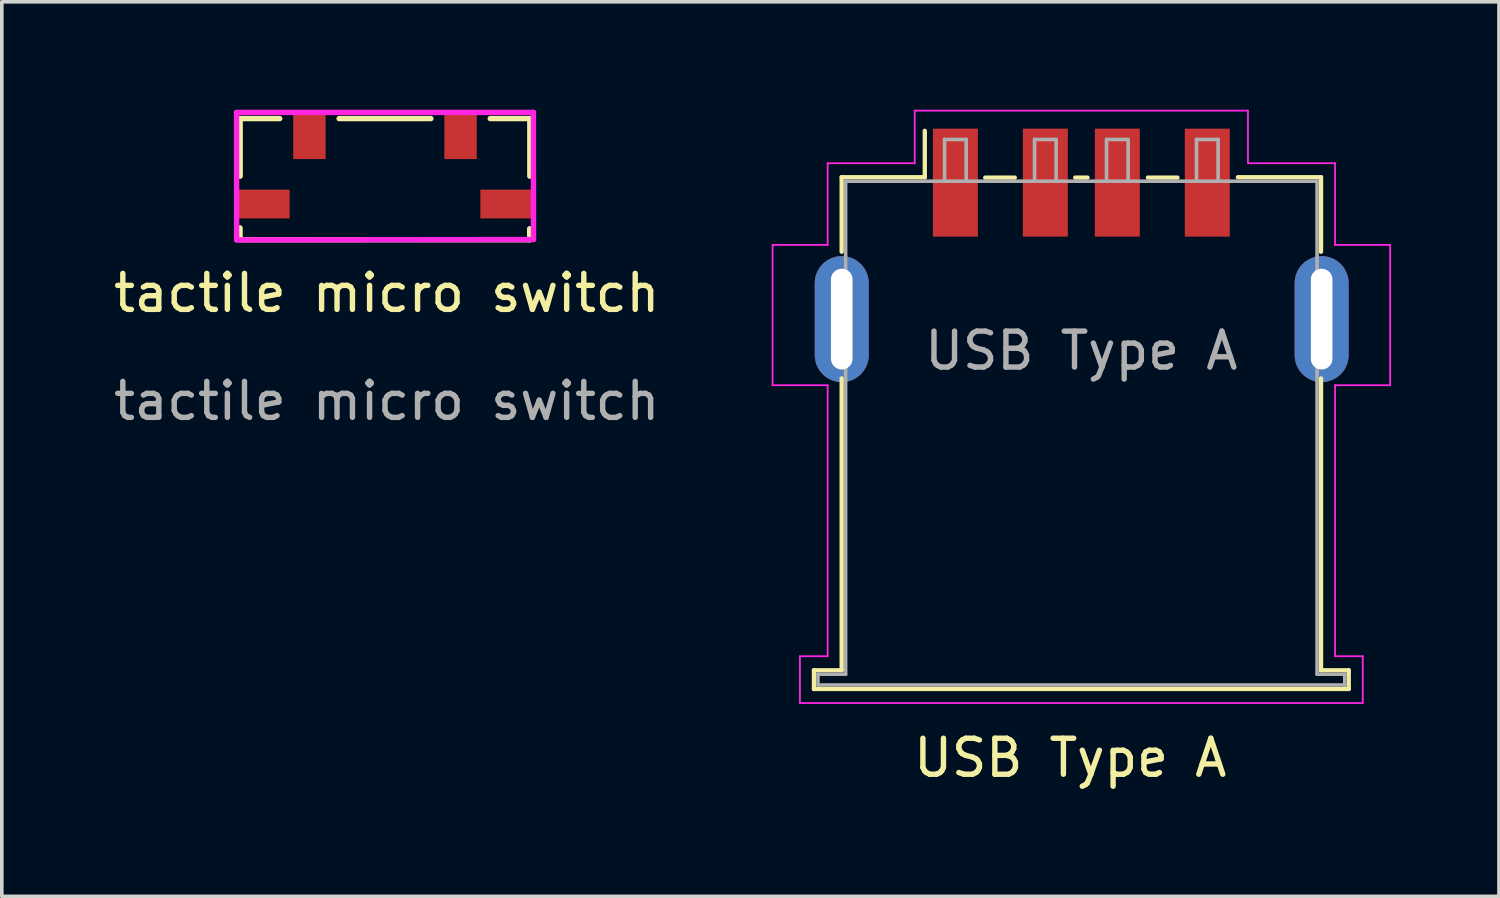
<source format=kicad_pcb>
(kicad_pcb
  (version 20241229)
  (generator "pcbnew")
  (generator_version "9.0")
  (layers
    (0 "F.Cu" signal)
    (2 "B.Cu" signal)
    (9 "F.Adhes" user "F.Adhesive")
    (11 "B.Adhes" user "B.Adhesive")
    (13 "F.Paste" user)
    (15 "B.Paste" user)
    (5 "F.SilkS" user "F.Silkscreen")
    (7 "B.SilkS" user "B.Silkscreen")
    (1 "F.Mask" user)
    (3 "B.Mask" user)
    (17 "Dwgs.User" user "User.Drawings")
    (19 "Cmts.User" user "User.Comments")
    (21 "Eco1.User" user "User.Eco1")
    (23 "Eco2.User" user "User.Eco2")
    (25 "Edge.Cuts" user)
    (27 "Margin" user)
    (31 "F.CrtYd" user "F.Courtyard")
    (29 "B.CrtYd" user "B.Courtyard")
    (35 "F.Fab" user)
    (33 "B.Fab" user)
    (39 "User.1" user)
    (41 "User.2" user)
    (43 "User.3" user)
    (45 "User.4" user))
  (footprint "tactile micro switch"
    (layer "F.Cu")
    (at 7.696 5.592)
    (property "Reference" "tactile micro switch" (at 0 -0.5 0) (unlocked yes) (layer "F.SilkS") (effects (font (size 1 1) (thickness 0.15))))
    (attr smd)
    (fp_line (start -4.076 -1.981) (end -4.077 -2.31) (stroke (width 0.15) (type solid)) (layer "F.SilkS"))
    (fp_line (start -4.076 -1.981) (end 3.974 -1.981) (stroke (width 0.15) (type solid)) (layer "F.SilkS"))
    (fp_line (start -4.073 -5.347) (end -2.973 -5.347) (stroke (width 0.15) (type solid)) (layer "F.SilkS"))
    (fp_line (start -4.073 -3.747) (end -4.073 -5.347) (stroke (width 0.15) (type solid)) (layer "F.SilkS"))
    (fp_line (start -1.323 -5.347) (end 1.227 -5.347) (stroke (width 0.15) (type solid)) (layer "F.SilkS"))
    (fp_line (start 2.877 -5.347) (end 3.977 -5.347) (stroke (width 0.15) (type solid)) (layer "F.SilkS"))
    (fp_line (start 3.974 -1.981) (end 3.973 -2.286) (stroke (width 0.15) (type solid)) (layer "F.SilkS"))
    (fp_line (start 3.977 -3.747) (end 3.977 -5.347) (stroke (width 0.15) (type solid)) (layer "F.SilkS"))
    (fp_line (start -4.173 -5.517) (end -4.171 -1.976) (stroke (width 0.15) (type solid)) (layer "F.CrtYd"))
    (fp_line (start -4.171 -1.976) (end 4.079 -1.986) (stroke (width 0.15) (type solid)) (layer "F.CrtYd"))
    (fp_line (start 4.077 -5.517) (end -4.173 -5.517) (stroke (width 0.15) (type solid)) (layer "F.CrtYd"))
    (fp_line (start 4.077 -5.517) (end 4.077 -5.517) (stroke (width 0.15) (type solid)) (layer "F.CrtYd"))
    (fp_line (start 4.079 -1.986) (end 4.077 -5.517) (stroke (width 0.15) (type solid)) (layer "F.CrtYd"))
    (fp_text user "${REFERENCE}" (at 0 2.5 0) (unlocked yes) (layer "F.Fab") (effects (font (size 1 1) (thickness 0.15))))
    (pad "1" smd rect (at -2.148 -4.857) (size 0.9 1.27) (layers "F.Cu" "F.Mask" "F.Paste"))
    (pad "2" smd rect (at 2.052 -4.857) (size 0.9 1.27) (layers "F.Cu" "F.Mask" "F.Paste"))
    (pad "3" smd rect (at -3.423 -2.972) (size 1.45 0.8) (layers "F.Cu" "F.Mask" "F.Paste"))
    (pad "4" smd rect (at 3.327 -2.972) (size 1.45 0.8) (layers "F.Cu" "F.Mask" "F.Paste")))
  (footprint "USB Type A"
    (layer "F.Cu")
    (at 26.69 9.373)
    (property "Reference" "USB Type A" (at 0 8.636 0) (unlocked yes) (layer "F.SilkS") (effects (font (size 1 1) (thickness 0.15))))
    (attr through_hole)
    (fp_line (start -7.122 6.202) (end -7.122 6.722) (stroke (width 0.12) (type solid)) (layer "F.SilkS"))
    (fp_line (start -7.122 6.722) (end 7.738 6.722) (stroke (width 0.12) (type solid)) (layer "F.SilkS"))
    (fp_line (start -6.352 -7.498) (end -6.352 -5.428) (stroke (width 0.12) (type solid)) (layer "F.SilkS"))
    (fp_line (start -6.352 -7.498) (end -4.042 -7.498) (stroke (width 0.12) (type solid)) (layer "F.SilkS"))
    (fp_line (start -6.352 6.202) (end -7.122 6.202) (stroke (width 0.12) (type solid)) (layer "F.SilkS"))
    (fp_line (start -6.352 6.202) (end -6.352 -1.908) (stroke (width 0.12) (type solid)) (layer "F.SilkS"))
    (fp_line (start -4.042 -8.788) (end -4.042 -7.498) (stroke (width 0.12) (type solid)) (layer "F.SilkS"))
    (fp_line (start -2.362 -7.488) (end -1.542 -7.488) (stroke (width 0.12) (type solid)) (layer "F.SilkS"))
    (fp_line (start 0.138 -7.488) (end 0.478 -7.488) (stroke (width 0.12) (type solid)) (layer "F.SilkS"))
    (fp_line (start 2.158 -7.488) (end 2.978 -7.488) (stroke (width 0.12) (type solid)) (layer "F.SilkS"))
    (fp_line (start 4.658 -7.498) (end 6.968 -7.498) (stroke (width 0.12) (type solid)) (layer "F.SilkS"))
    (fp_line (start 6.968 -7.498) (end 6.968 -5.428) (stroke (width 0.12) (type solid)) (layer "F.SilkS"))
    (fp_line (start 6.968 -1.908) (end 6.968 6.202) (stroke (width 0.12) (type solid)) (layer "F.SilkS"))
    (fp_line (start 7.738 6.202) (end 6.968 6.202) (stroke (width 0.12) (type solid)) (layer "F.SilkS"))
    (fp_line (start 7.738 6.722) (end 7.738 6.202) (stroke (width 0.12) (type solid)) (layer "F.SilkS"))
    (fp_line (start -8.272 -5.618) (end -8.272 -1.718) (stroke (width 0.05) (type solid)) (layer "F.CrtYd"))
    (fp_line (start -7.512 5.812) (end -6.742 5.812) (stroke (width 0.05) (type solid)) (layer "F.CrtYd"))
    (fp_line (start -7.512 7.112) (end -7.512 5.812) (stroke (width 0.05) (type solid)) (layer "F.CrtYd"))
    (fp_line (start -7.512 7.112) (end 8.128 7.112) (stroke (width 0.05) (type solid)) (layer "F.CrtYd"))
    (fp_line (start -6.742 -7.888) (end -6.742 -5.618) (stroke (width 0.05) (type solid)) (layer "F.CrtYd"))
    (fp_line (start -6.742 -7.888) (end -4.322 -7.888) (stroke (width 0.05) (type solid)) (layer "F.CrtYd"))
    (fp_line (start -6.742 -5.618) (end -8.272 -5.618) (stroke (width 0.05) (type solid)) (layer "F.CrtYd"))
    (fp_line (start -6.742 -1.718) (end -8.272 -1.718) (stroke (width 0.05) (type solid)) (layer "F.CrtYd"))
    (fp_line (start -6.742 5.812) (end -6.742 -1.718) (stroke (width 0.05) (type solid)) (layer "F.CrtYd"))
    (fp_line (start -4.322 -9.348) (end -4.322 -7.888) (stroke (width 0.05) (type solid)) (layer "F.CrtYd"))
    (fp_line (start -4.322 -9.348) (end 4.938 -9.348) (stroke (width 0.05) (type solid)) (layer "F.CrtYd"))
    (fp_line (start 4.938 -9.348) (end 4.938 -7.888) (stroke (width 0.05) (type solid)) (layer "F.CrtYd"))
    (fp_line (start 4.938 -7.888) (end 7.358 -7.888) (stroke (width 0.05) (type solid)) (layer "F.CrtYd"))
    (fp_line (start 7.358 -7.888) (end 7.358 -5.618) (stroke (width 0.05) (type solid)) (layer "F.CrtYd"))
    (fp_line (start 7.358 5.812) (end 7.358 -1.718) (stroke (width 0.05) (type solid)) (layer "F.CrtYd"))
    (fp_line (start 8.128 5.812) (end 7.358 5.812) (stroke (width 0.05) (type solid)) (layer "F.CrtYd"))
    (fp_line (start 8.128 7.112) (end 8.128 5.812) (stroke (width 0.05) (type solid)) (layer "F.CrtYd"))
    (fp_line (start 8.888 -5.618) (end 7.358 -5.618) (stroke (width 0.05) (type solid)) (layer "F.CrtYd"))
    (fp_line (start 8.888 -5.618) (end 8.888 -1.718) (stroke (width 0.05) (type solid)) (layer "F.CrtYd"))
    (fp_line (start 8.888 -1.718) (end 7.358 -1.718) (stroke (width 0.05) (type solid)) (layer "F.CrtYd"))
    (fp_line (start -7.012 6.312) (end -7.012 6.612) (stroke (width 0.1) (type solid)) (layer "F.Fab"))
    (fp_line (start -7.012 6.612) (end 7.628 6.612) (stroke (width 0.1) (type solid)) (layer "F.Fab"))
    (fp_line (start -6.242 -7.388) (end 6.858 -7.388) (stroke (width 0.1) (type solid)) (layer "F.Fab"))
    (fp_line (start -6.242 6.312) (end -7.012 6.312) (stroke (width 0.1) (type solid)) (layer "F.Fab"))
    (fp_line (start -6.242 6.312) (end -6.242 -7.388) (stroke (width 0.1) (type solid)) (layer "F.Fab"))
    (fp_line (start -3.492 -8.548) (end -3.492 -7.388) (stroke (width 0.1) (type solid)) (layer "F.Fab"))
    (fp_line (start -3.492 -8.548) (end -2.892 -8.548) (stroke (width 0.1) (type solid)) (layer "F.Fab"))
    (fp_line (start -2.892 -8.548) (end -2.892 -7.388) (stroke (width 0.1) (type solid)) (layer "F.Fab"))
    (fp_line (start -0.992 -8.548) (end -0.992 -7.388) (stroke (width 0.1) (type solid)) (layer "F.Fab"))
    (fp_line (start -0.992 -8.548) (end -0.392 -8.548) (stroke (width 0.1) (type solid)) (layer "F.Fab"))
    (fp_line (start -0.392 -8.548) (end -0.392 -7.388) (stroke (width 0.1) (type solid)) (layer "F.Fab"))
    (fp_line (start 1.008 -8.548) (end 1.008 -7.388) (stroke (width 0.1) (type solid)) (layer "F.Fab"))
    (fp_line (start 1.008 -8.548) (end 1.608 -8.548) (stroke (width 0.1) (type solid)) (layer "F.Fab"))
    (fp_line (start 1.608 -8.548) (end 1.608 -7.388) (stroke (width 0.1) (type solid)) (layer "F.Fab"))
    (fp_line (start 3.508 -8.548) (end 3.508 -7.388) (stroke (width 0.1) (type solid)) (layer "F.Fab"))
    (fp_line (start 3.508 -8.548) (end 4.108 -8.548) (stroke (width 0.1) (type solid)) (layer "F.Fab"))
    (fp_line (start 4.108 -8.548) (end 4.108 -7.388) (stroke (width 0.1) (type solid)) (layer "F.Fab"))
    (fp_line (start 6.858 -7.388) (end 6.858 6.312) (stroke (width 0.1) (type solid)) (layer "F.Fab"))
    (fp_line (start 7.628 6.312) (end 6.858 6.312) (stroke (width 0.1) (type solid)) (layer "F.Fab"))
    (fp_line (start 7.628 6.612) (end 7.628 6.312) (stroke (width 0.1) (type solid)) (layer "F.Fab"))
    (fp_text user "${REFERENCE}" (at 0.308 -2.678 0) (layer "F.Fab") (effects (font (size 1 1) (thickness 0.15))))
    (pad "1" smd rect (at -3.192 -7.348) (size 1.25 3) (layers "F.Cu" "F.Mask" "F.Paste"))
    (pad "2" smd rect (at -0.692 -7.348) (size 1.25 3) (layers "F.Cu" "F.Mask" "F.Paste"))
    (pad "3" smd rect (at 1.308 -7.348) (size 1.25 3) (layers "F.Cu" "F.Mask" "F.Paste"))
    (pad "4" smd rect (at 3.808 -7.348) (size 1.25 3) (layers "F.Cu" "F.Mask" "F.Paste"))
    (pad "5" thru_hole oval (at -6.35 -3.556) (size 1.5 3.5) (drill oval 0.6 2.8) (layers "*.Cu" "*.Mask"))
    (pad "5" thru_hole oval (at 6.985 -3.556) (size 1.5 3.5) (drill oval 0.6 2.8) (layers "*.Cu" "*.Mask")))
  (gr_rect
    (start -3 -3)
    (end 38.603 21.857)
    (stroke (width 0.1) (type default))
    (fill no)
    (layer "Edge.Cuts")))
</source>
